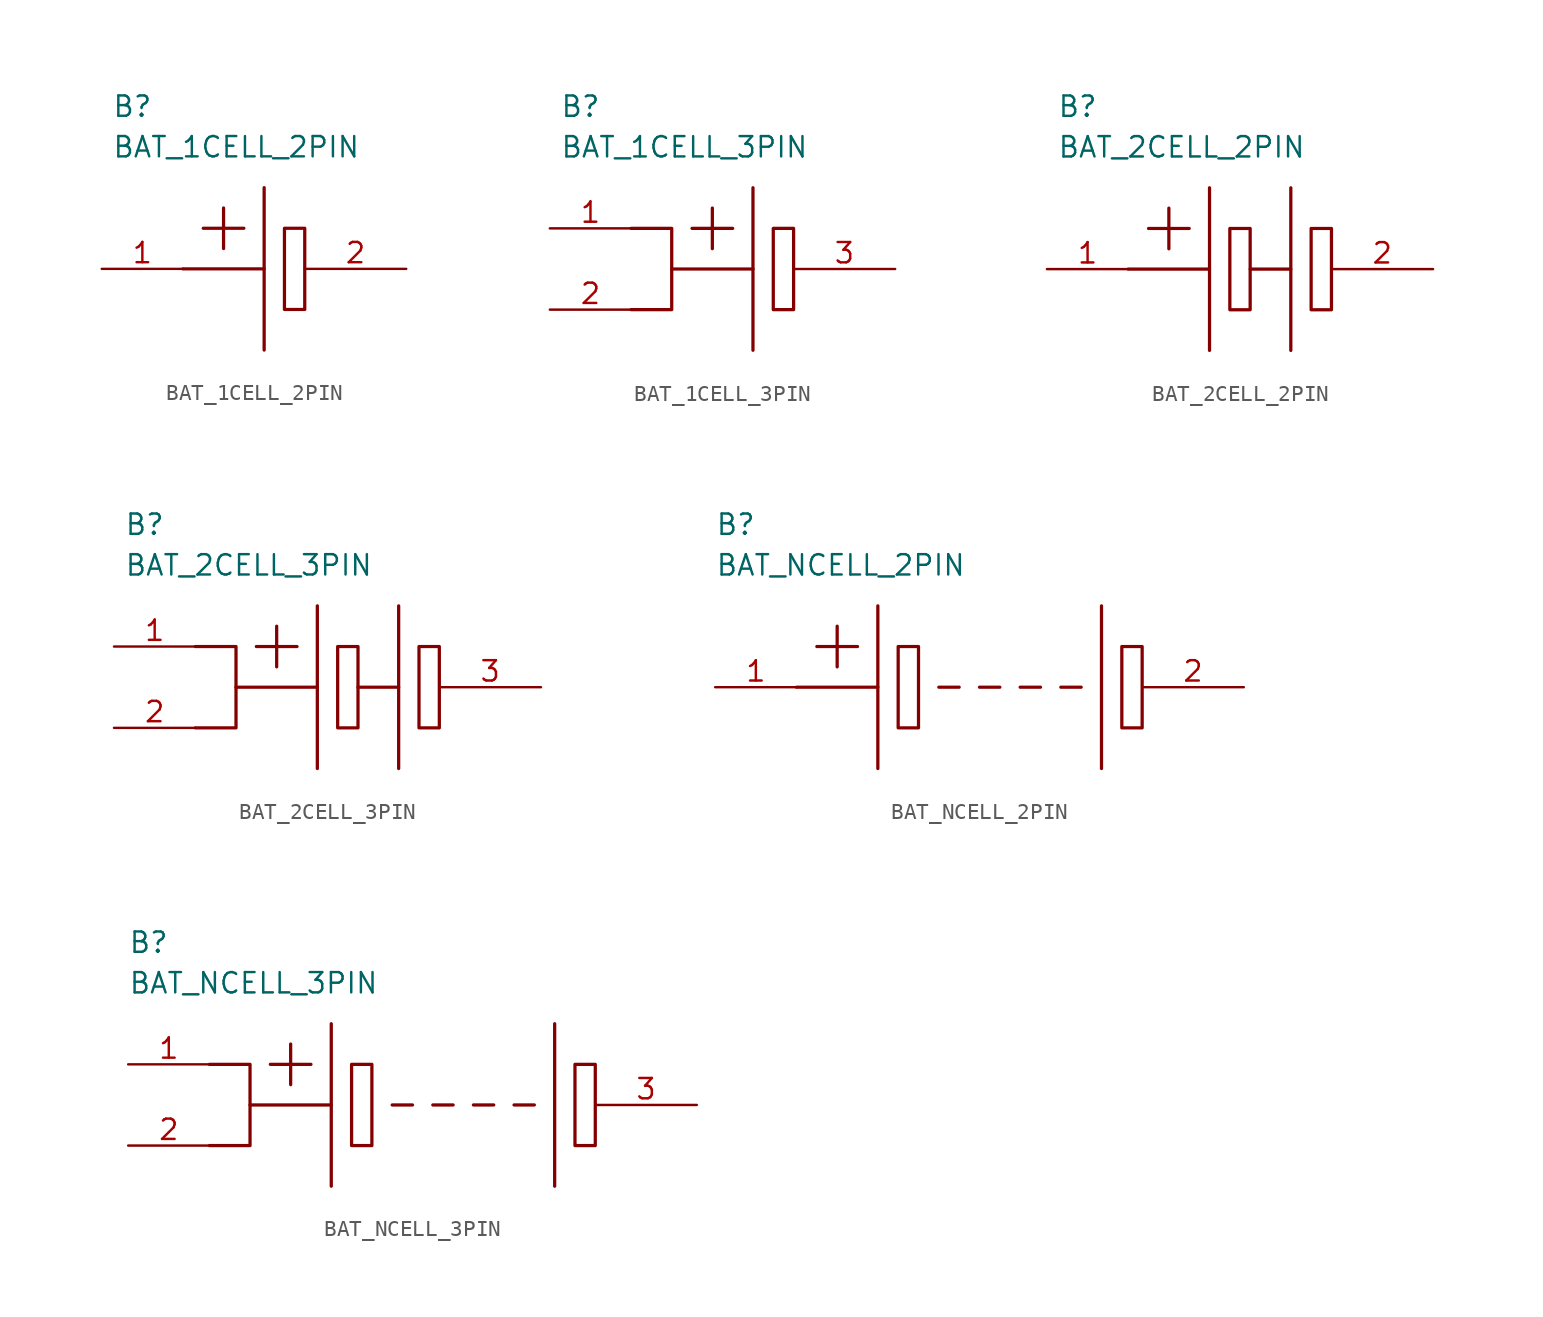
<source format=kicad_sym>
(kicad_symbol_lib
  (version 20211014)
  (generator kicad_symbol_editor)
  (symbol "BAT_1CELL_2PIN"
    (property "Reference" "B"
      (at -9.525 10.16 0)
      (effects (font (size 1.27 1.27)) (justify left)))
    (property "Value" "BAT_1CELL_2PIN"
      (at -9.525 7.62 0)
      (effects (font (size 1.27 1.27)) (justify left)))
    (property "ki_locked" ""
      (at 0 0 0)
      (effects (font (size 1.27 1.27))))
    (symbol "BAT_1CELL_2PIN_0_0"
      (polyline (pts (xy -2.54 3.81) (xy -2.54 1.27)) (stroke (width 0.203) (type default) (color 0 0 0 0)) (fill (type none)))
      (polyline (pts (xy -1.27 2.54) (xy -3.81 2.54)) (stroke (width 0.203) (type default) (color 0 0 0 0)) (fill (type none)))
      (polyline (pts (xy 0 0) (xy -5.08 0)) (stroke (width 0.203) (type default) (color 0 0 0 0)) (fill (type none)))
      (polyline (pts (xy 0 5.08) (xy 0 -5.08)) (stroke (width 0.203) (type default) (color 0 0 0 0)) (fill (type none)))
      (rectangle (start 1.27 2.54) (end 2.54 -2.54) (stroke (width 0.203) (type default) (color 0 0 0 0)) (fill (type none))))
    (symbol "BAT_1CELL_2PIN_1_0"
      (pin unspecified line (at -10.16 0 0) (length 5.08) (name "~" (effects (font (size 1.27 1.27)))) (number "1" (effects (font (size 1.27 1.27)))))
      (pin unspecified line (at 8.89 0 180) (length 6.35) (name "~" (effects (font (size 1.27 1.27)))) (number "2" (effects (font (size 1.27 1.27)))))))
  (symbol "BAT_1CELL_3PIN"
    (property "Reference" "B"
      (at -10.795 10.16 0)
      (effects (font (size 1.27 1.27)) (justify left)))
    (property "Value" "BAT_1CELL_3PIN"
      (at -10.795 7.62 0)
      (effects (font (size 1.27 1.27)) (justify left)))
    (property "ki_locked" ""
      (at 0 0 0)
      (effects (font (size 1.27 1.27))))
    (symbol "BAT_1CELL_3PIN_0_0"
      (polyline (pts (xy -1.27 3.81) (xy -1.27 1.27)) (stroke (width 0.203) (type default) (color 0 0 0 0)) (fill (type none)))
      (polyline (pts (xy 0 2.54) (xy -2.54 2.54)) (stroke (width 0.203) (type default) (color 0 0 0 0)) (fill (type none)))
      (polyline (pts (xy 1.27 0) (xy -3.81 0)) (stroke (width 0.203) (type default) (color 0 0 0 0)) (fill (type none)))
      (polyline (pts (xy 1.27 5.08) (xy 1.27 -5.08)) (stroke (width 0.203) (type default) (color 0 0 0 0)) (fill (type none)))
      (polyline (pts (xy -6.35 2.54) (xy -3.81 2.54) (xy -3.81 -2.54) (xy -6.35 -2.54)) (stroke (width 0.203) (type default) (color 0 0 0 0)) (fill (type none)))
      (rectangle (start 2.54 2.54) (end 3.81 -2.54) (stroke (width 0.203) (type default) (color 0 0 0 0)) (fill (type none))))
    (symbol "BAT_1CELL_3PIN_1_0"
      (pin unspecified line (at -11.43 2.54 0) (length 5.08) (name "~" (effects (font (size 1.27 1.27)))) (number "1" (effects (font (size 1.27 1.27)))))
      (pin unspecified line (at -11.43 -2.54 0) (length 5.08) (name "~" (effects (font (size 1.27 1.27)))) (number "2" (effects (font (size 1.27 1.27)))))
      (pin unspecified line (at 10.16 0 180) (length 6.35) (name "~" (effects (font (size 1.27 1.27)))) (number "3" (effects (font (size 1.27 1.27)))))))
  (symbol "BAT_2CELL_2PIN"
    (property "Reference" "B"
      (at -12.065 10.16 0)
      (effects (font (size 1.27 1.27)) (justify left)))
    (property "Value" "BAT_2CELL_2PIN"
      (at -12.065 7.62 0)
      (effects (font (size 1.27 1.27)) (justify left)))
    (property "ki_locked" ""
      (at 0 0 0)
      (effects (font (size 1.27 1.27))))
    (symbol "BAT_2CELL_2PIN_0_0"
      (rectangle (start -1.27 2.54) (end 0 -2.54) (stroke (width 0.203) (type default) (color 0 0 0 0)) (fill (type none)))
      (polyline (pts (xy -5.08 3.81) (xy -5.08 1.27)) (stroke (width 0.203) (type default) (color 0 0 0 0)) (fill (type none)))
      (polyline (pts (xy -3.81 2.54) (xy -6.35 2.54)) (stroke (width 0.203) (type default) (color 0 0 0 0)) (fill (type none)))
      (polyline (pts (xy -2.54 0) (xy -7.62 0)) (stroke (width 0.203) (type default) (color 0 0 0 0)) (fill (type none)))
      (polyline (pts (xy -2.54 5.08) (xy -2.54 -5.08)) (stroke (width 0.203) (type default) (color 0 0 0 0)) (fill (type none)))
      (polyline (pts (xy 2.54 0) (xy 0 0)) (stroke (width 0.203) (type default) (color 0 0 0 0)) (fill (type none)))
      (polyline (pts (xy 2.54 5.08) (xy 2.54 -5.08)) (stroke (width 0.203) (type default) (color 0 0 0 0)) (fill (type none)))
      (rectangle (start 3.81 2.54) (end 5.08 -2.54) (stroke (width 0.203) (type default) (color 0 0 0 0)) (fill (type none))))
    (symbol "BAT_2CELL_2PIN_1_0"
      (pin unspecified line (at -12.7 0 0) (length 5.08) (name "~" (effects (font (size 1.27 1.27)))) (number "1" (effects (font (size 1.27 1.27)))))
      (pin unspecified line (at 11.43 0 180) (length 6.35) (name "~" (effects (font (size 1.27 1.27)))) (number "2" (effects (font (size 1.27 1.27)))))))
  (symbol "BAT_2CELL_3PIN"
    (property "Reference" "B"
      (at -13.335 10.16 0)
      (effects (font (size 1.27 1.27)) (justify left)))
    (property "Value" "BAT_2CELL_3PIN"
      (at -13.335 7.62 0)
      (effects (font (size 1.27 1.27)) (justify left)))
    (property "ki_locked" ""
      (at 0 0 0)
      (effects (font (size 1.27 1.27))))
    (symbol "BAT_2CELL_3PIN_0_0"
      (polyline (pts (xy -3.81 3.81) (xy -3.81 1.27)) (stroke (width 0.203) (type default) (color 0 0 0 0)) (fill (type none)))
      (polyline (pts (xy -2.54 2.54) (xy -5.08 2.54)) (stroke (width 0.203) (type default) (color 0 0 0 0)) (fill (type none)))
      (polyline (pts (xy -1.27 0) (xy -6.35 0)) (stroke (width 0.203) (type default) (color 0 0 0 0)) (fill (type none)))
      (polyline (pts (xy -1.27 5.08) (xy -1.27 -5.08)) (stroke (width 0.203) (type default) (color 0 0 0 0)) (fill (type none)))
      (polyline (pts (xy 3.81 0) (xy 1.27 0)) (stroke (width 0.203) (type default) (color 0 0 0 0)) (fill (type none)))
      (polyline (pts (xy 3.81 5.08) (xy 3.81 -5.08)) (stroke (width 0.203) (type default) (color 0 0 0 0)) (fill (type none)))
      (polyline (pts (xy -8.89 2.54) (xy -6.35 2.54) (xy -6.35 -2.54) (xy -8.89 -2.54)) (stroke (width 0.203) (type default) (color 0 0 0 0)) (fill (type none)))
      (rectangle (start 0 2.54) (end 1.27 -2.54) (stroke (width 0.203) (type default) (color 0 0 0 0)) (fill (type none)))
      (rectangle (start 5.08 2.54) (end 6.35 -2.54) (stroke (width 0.203) (type default) (color 0 0 0 0)) (fill (type none))))
    (symbol "BAT_2CELL_3PIN_1_0"
      (pin unspecified line (at -13.97 2.54 0) (length 5.08) (name "~" (effects (font (size 1.27 1.27)))) (number "1" (effects (font (size 1.27 1.27)))))
      (pin unspecified line (at -13.97 -2.54 0) (length 5.08) (name "~" (effects (font (size 1.27 1.27)))) (number "2" (effects (font (size 1.27 1.27)))))
      (pin unspecified line (at 12.7 0 180) (length 6.35) (name "~" (effects (font (size 1.27 1.27)))) (number "3" (effects (font (size 1.27 1.27)))))))
  (symbol "BAT_NCELL_2PIN"
    (property "Reference" "B"
      (at -16.51 10.16 0)
      (effects (font (size 1.27 1.27)) (justify left)))
    (property "Value" "BAT_NCELL_2PIN"
      (at -16.51 7.62 0)
      (effects (font (size 1.27 1.27)) (justify left)))
    (property "ki_locked" ""
      (at 0 0 0)
      (effects (font (size 1.27 1.27))))
    (symbol "BAT_NCELL_2PIN_0_0"
      (rectangle (start -5.08 2.54) (end -3.81 -2.54) (stroke (width 0.203) (type default) (color 0 0 0 0)) (fill (type none)))
      (polyline (pts (xy -8.89 3.81) (xy -8.89 1.27)) (stroke (width 0.203) (type default) (color 0 0 0 0)) (fill (type none)))
      (polyline (pts (xy -7.62 2.54) (xy -10.16 2.54)) (stroke (width 0.203) (type default) (color 0 0 0 0)) (fill (type none)))
      (polyline (pts (xy -6.35 0) (xy -11.43 0)) (stroke (width 0.203) (type default) (color 0 0 0 0)) (fill (type none)))
      (polyline (pts (xy -6.35 5.08) (xy -6.35 -5.08)) (stroke (width 0.203) (type default) (color 0 0 0 0)) (fill (type none)))
      (polyline (pts (xy -2.54 0) (xy -1.27 0)) (stroke (width 0.203) (type default) (color 0 0 0 0)) (fill (type none)))
      (polyline (pts (xy 0 0) (xy 1.27 0)) (stroke (width 0.203) (type default) (color 0 0 0 0)) (fill (type none)))
      (polyline (pts (xy 2.54 0) (xy 3.81 0)) (stroke (width 0.203) (type default) (color 0 0 0 0)) (fill (type none)))
      (polyline (pts (xy 5.08 0) (xy 6.35 0)) (stroke (width 0.203) (type default) (color 0 0 0 0)) (fill (type none)))
      (polyline (pts (xy 7.62 5.08) (xy 7.62 -5.08)) (stroke (width 0.203) (type default) (color 0 0 0 0)) (fill (type none)))
      (rectangle (start 8.89 2.54) (end 10.16 -2.54) (stroke (width 0.203) (type default) (color 0 0 0 0)) (fill (type none))))
    (symbol "BAT_NCELL_2PIN_1_0"
      (pin unspecified line (at -16.51 0 0) (length 5.08) (name "~" (effects (font (size 1.27 1.27)))) (number "1" (effects (font (size 1.27 1.27)))))
      (pin unspecified line (at 16.51 0 180) (length 6.35) (name "~" (effects (font (size 1.27 1.27)))) (number "2" (effects (font (size 1.27 1.27)))))))
  (symbol "BAT_NCELL_3PIN"
    (property "Reference" "B"
      (at -17.78 10.16 0)
      (effects (font (size 1.27 1.27)) (justify left)))
    (property "Value" "BAT_NCELL_3PIN"
      (at -17.78 7.62 0)
      (effects (font (size 1.27 1.27)) (justify left)))
    (property "ki_locked" ""
      (at 0 0 0)
      (effects (font (size 1.27 1.27))))
    (symbol "BAT_NCELL_3PIN_0_0"
      (rectangle (start -3.81 2.54) (end -2.54 -2.54) (stroke (width 0.203) (type default) (color 0 0 0 0)) (fill (type none)))
      (polyline (pts (xy -7.62 3.81) (xy -7.62 1.27)) (stroke (width 0.203) (type default) (color 0 0 0 0)) (fill (type none)))
      (polyline (pts (xy -6.35 2.54) (xy -8.89 2.54)) (stroke (width 0.203) (type default) (color 0 0 0 0)) (fill (type none)))
      (polyline (pts (xy -5.08 0) (xy -10.16 0)) (stroke (width 0.203) (type default) (color 0 0 0 0)) (fill (type none)))
      (polyline (pts (xy -5.08 5.08) (xy -5.08 -5.08)) (stroke (width 0.203) (type default) (color 0 0 0 0)) (fill (type none)))
      (polyline (pts (xy -1.27 0) (xy 0 0)) (stroke (width 0.203) (type default) (color 0 0 0 0)) (fill (type none)))
      (polyline (pts (xy 1.27 0) (xy 2.54 0)) (stroke (width 0.203) (type default) (color 0 0 0 0)) (fill (type none)))
      (polyline (pts (xy 3.81 0) (xy 5.08 0)) (stroke (width 0.203) (type default) (color 0 0 0 0)) (fill (type none)))
      (polyline (pts (xy 6.35 0) (xy 7.62 0)) (stroke (width 0.203) (type default) (color 0 0 0 0)) (fill (type none)))
      (polyline (pts (xy 8.89 5.08) (xy 8.89 -5.08)) (stroke (width 0.203) (type default) (color 0 0 0 0)) (fill (type none)))
      (polyline (pts (xy -12.7 2.54) (xy -10.16 2.54) (xy -10.16 -2.54) (xy -12.7 -2.54)) (stroke (width 0.203) (type default) (color 0 0 0 0)) (fill (type none)))
      (rectangle (start 10.16 2.54) (end 11.43 -2.54) (stroke (width 0.203) (type default) (color 0 0 0 0)) (fill (type none))))
    (symbol "BAT_NCELL_3PIN_1_0"
      (pin unspecified line (at -17.78 2.54 0) (length 5.08) (name "~" (effects (font (size 1.27 1.27)))) (number "1" (effects (font (size 1.27 1.27)))))
      (pin unspecified line (at -17.78 -2.54 0) (length 5.08) (name "~" (effects (font (size 1.27 1.27)))) (number "2" (effects (font (size 1.27 1.27)))))
      (pin unspecified line (at 17.78 0 180) (length 6.35) (name "~" (effects (font (size 1.27 1.27)))) (number "3" (effects (font (size 1.27 1.27))))))))
</source>
